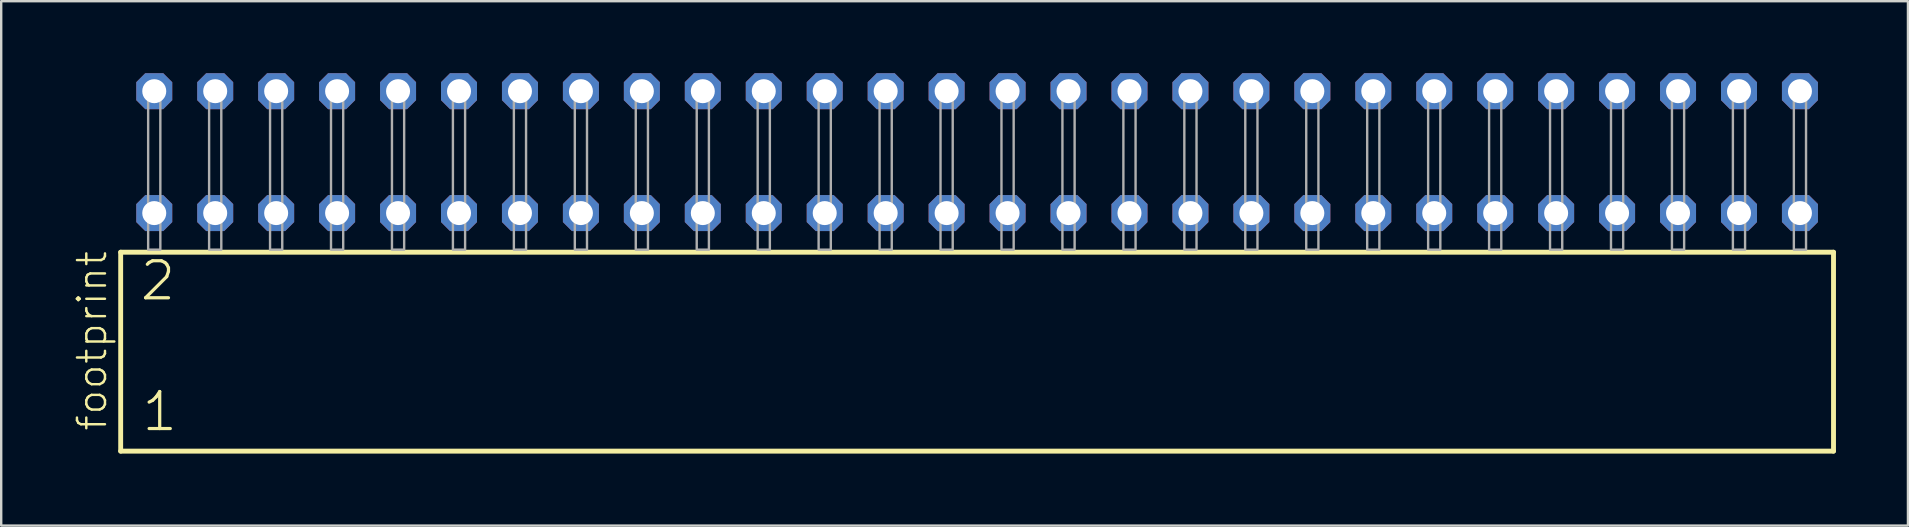
<source format=kicad_pcb>
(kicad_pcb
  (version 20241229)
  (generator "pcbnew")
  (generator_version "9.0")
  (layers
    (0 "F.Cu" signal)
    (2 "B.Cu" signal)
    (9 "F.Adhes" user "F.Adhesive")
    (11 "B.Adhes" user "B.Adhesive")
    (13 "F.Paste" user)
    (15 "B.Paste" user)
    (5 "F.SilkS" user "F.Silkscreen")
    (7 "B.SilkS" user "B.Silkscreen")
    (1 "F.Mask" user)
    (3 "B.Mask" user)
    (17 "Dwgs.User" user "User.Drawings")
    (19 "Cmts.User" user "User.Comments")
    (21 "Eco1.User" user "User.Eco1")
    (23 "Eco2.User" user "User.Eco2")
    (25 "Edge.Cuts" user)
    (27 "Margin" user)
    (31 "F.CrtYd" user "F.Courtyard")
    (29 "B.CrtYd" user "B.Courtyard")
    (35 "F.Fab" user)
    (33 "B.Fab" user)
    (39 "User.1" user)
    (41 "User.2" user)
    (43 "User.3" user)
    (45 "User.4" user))
  (footprint "footprint"
    (layer "F.Cu")
    (at 37.668 7.354)
    (property "Reference" "footprint" (at -36.195 7.62 90) (layer "F.SilkS") (effects (font (size 1.168 1.168) (thickness 0.102)) (justify left bottom)))
    (fp_line (start -35.689 0.106) (end -35.689 8.396) (stroke (width 0.203) (type solid)) (layer "F.SilkS"))
    (fp_line (start -35.689 8.396) (end 35.689 8.396) (stroke (width 0.203) (type solid)) (layer "F.SilkS"))
    (fp_line (start 35.689 0.106) (end -35.689 0.106) (stroke (width 0.203) (type solid)) (layer "F.SilkS"))
    (fp_line (start 35.689 8.396) (end 35.689 0.106) (stroke (width 0.203) (type solid)) (layer "F.SilkS"))
    (fp_poly (pts (xy -34.544 0) (xy -34.036 0) (xy -34.036 -6.858) (xy -34.544 -6.858)) (stroke (width 0.1) (type solid)) (fill no) (layer "F.Fab"))
    (fp_poly (pts (xy -32.004 0) (xy -31.496 0) (xy -31.496 -6.858) (xy -32.004 -6.858)) (stroke (width 0.1) (type solid)) (fill no) (layer "F.Fab"))
    (fp_poly (pts (xy -29.464 0) (xy -28.956 0) (xy -28.956 -6.858) (xy -29.464 -6.858)) (stroke (width 0.1) (type solid)) (fill no) (layer "F.Fab"))
    (fp_poly (pts (xy -26.924 0) (xy -26.416 0) (xy -26.416 -6.858) (xy -26.924 -6.858)) (stroke (width 0.1) (type solid)) (fill no) (layer "F.Fab"))
    (fp_poly (pts (xy -24.384 0) (xy -23.876 0) (xy -23.876 -6.858) (xy -24.384 -6.858)) (stroke (width 0.1) (type solid)) (fill no) (layer "F.Fab"))
    (fp_poly (pts (xy -21.844 0) (xy -21.336 0) (xy -21.336 -6.858) (xy -21.844 -6.858)) (stroke (width 0.1) (type solid)) (fill no) (layer "F.Fab"))
    (fp_poly (pts (xy -19.304 0) (xy -18.796 0) (xy -18.796 -6.858) (xy -19.304 -6.858)) (stroke (width 0.1) (type solid)) (fill no) (layer "F.Fab"))
    (fp_poly (pts (xy -16.764 0) (xy -16.256 0) (xy -16.256 -6.858) (xy -16.764 -6.858)) (stroke (width 0.1) (type solid)) (fill no) (layer "F.Fab"))
    (fp_poly (pts (xy -14.224 0) (xy -13.716 0) (xy -13.716 -6.858) (xy -14.224 -6.858)) (stroke (width 0.1) (type solid)) (fill no) (layer "F.Fab"))
    (fp_poly (pts (xy -11.684 0) (xy -11.176 0) (xy -11.176 -6.858) (xy -11.684 -6.858)) (stroke (width 0.1) (type solid)) (fill no) (layer "F.Fab"))
    (fp_poly (pts (xy -9.144 0) (xy -8.636 0) (xy -8.636 -6.858) (xy -9.144 -6.858)) (stroke (width 0.1) (type solid)) (fill no) (layer "F.Fab"))
    (fp_poly (pts (xy -6.604 0) (xy -6.096 0) (xy -6.096 -6.858) (xy -6.604 -6.858)) (stroke (width 0.1) (type solid)) (fill no) (layer "F.Fab"))
    (fp_poly (pts (xy -4.064 0) (xy -3.556 0) (xy -3.556 -6.858) (xy -4.064 -6.858)) (stroke (width 0.1) (type solid)) (fill no) (layer "F.Fab"))
    (fp_poly (pts (xy -1.524 0) (xy -1.016 0) (xy -1.016 -6.858) (xy -1.524 -6.858)) (stroke (width 0.1) (type solid)) (fill no) (layer "F.Fab"))
    (fp_poly (pts (xy 1.016 0) (xy 1.524 0) (xy 1.524 -6.858) (xy 1.016 -6.858)) (stroke (width 0.1) (type solid)) (fill no) (layer "F.Fab"))
    (fp_poly (pts (xy 3.556 0) (xy 4.064 0) (xy 4.064 -6.858) (xy 3.556 -6.858)) (stroke (width 0.1) (type solid)) (fill no) (layer "F.Fab"))
    (fp_poly (pts (xy 6.096 0) (xy 6.604 0) (xy 6.604 -6.858) (xy 6.096 -6.858)) (stroke (width 0.1) (type solid)) (fill no) (layer "F.Fab"))
    (fp_poly (pts (xy 8.636 0) (xy 9.144 0) (xy 9.144 -6.858) (xy 8.636 -6.858)) (stroke (width 0.1) (type solid)) (fill no) (layer "F.Fab"))
    (fp_poly (pts (xy 11.176 0) (xy 11.684 0) (xy 11.684 -6.858) (xy 11.176 -6.858)) (stroke (width 0.1) (type solid)) (fill no) (layer "F.Fab"))
    (fp_poly (pts (xy 13.716 0) (xy 14.224 0) (xy 14.224 -6.858) (xy 13.716 -6.858)) (stroke (width 0.1) (type solid)) (fill no) (layer "F.Fab"))
    (fp_poly (pts (xy 16.256 0) (xy 16.764 0) (xy 16.764 -6.858) (xy 16.256 -6.858)) (stroke (width 0.1) (type solid)) (fill no) (layer "F.Fab"))
    (fp_poly (pts (xy 18.796 0) (xy 19.304 0) (xy 19.304 -6.858) (xy 18.796 -6.858)) (stroke (width 0.1) (type solid)) (fill no) (layer "F.Fab"))
    (fp_poly (pts (xy 21.336 0) (xy 21.844 0) (xy 21.844 -6.858) (xy 21.336 -6.858)) (stroke (width 0.1) (type solid)) (fill no) (layer "F.Fab"))
    (fp_poly (pts (xy 23.876 0) (xy 24.384 0) (xy 24.384 -6.858) (xy 23.876 -6.858)) (stroke (width 0.1) (type solid)) (fill no) (layer "F.Fab"))
    (fp_poly (pts (xy 26.416 0) (xy 26.924 0) (xy 26.924 -6.858) (xy 26.416 -6.858)) (stroke (width 0.1) (type solid)) (fill no) (layer "F.Fab"))
    (fp_poly (pts (xy 28.956 0) (xy 29.464 0) (xy 29.464 -6.858) (xy 28.956 -6.858)) (stroke (width 0.1) (type solid)) (fill no) (layer "F.Fab"))
    (fp_poly (pts (xy 31.496 0) (xy 32.004 0) (xy 32.004 -6.858) (xy 31.496 -6.858)) (stroke (width 0.1) (type solid)) (fill no) (layer "F.Fab"))
    (fp_poly (pts (xy 34.036 0) (xy 34.544 0) (xy 34.544 -6.858) (xy 34.036 -6.858)) (stroke (width 0.1) (type solid)) (fill no) (layer "F.Fab"))
    (fp_text user "1" (at -34.885 7.65 0) (layer "F.SilkS") (effects (font (size 1.542 1.542) (thickness 0.134)) (justify left bottom)))
    (fp_text user "2" (at -34.96 2.2 0) (layer "F.SilkS") (effects (font (size 1.542 1.542) (thickness 0.134)) (justify left bottom)))
    (pad "1" thru_hole roundrect (at -34.29 -1.524) (size 1.5 1.5) (drill 1) (layers "*.Cu" "*.Mask") (roundrect_rratio 0.25) (chamfer_ratio 0.25) (chamfer top_left top_right bottom_left bottom_right))
    (pad "2" thru_hole roundrect (at -34.29 -6.604) (size 1.5 1.5) (drill 1) (layers "*.Cu" "*.Mask") (roundrect_rratio 0.25) (chamfer_ratio 0.25) (chamfer top_left top_right bottom_left bottom_right))
    (pad "3" thru_hole roundrect (at -31.75 -1.524) (size 1.5 1.5) (drill 1) (layers "*.Cu" "*.Mask") (roundrect_rratio 0.25) (chamfer_ratio 0.25) (chamfer top_left top_right bottom_left bottom_right))
    (pad "4" thru_hole roundrect (at -31.75 -6.604) (size 1.5 1.5) (drill 1) (layers "*.Cu" "*.Mask") (roundrect_rratio 0.25) (chamfer_ratio 0.25) (chamfer top_left top_right bottom_left bottom_right))
    (pad "5" thru_hole roundrect (at -29.21 -1.524) (size 1.5 1.5) (drill 1) (layers "*.Cu" "*.Mask") (roundrect_rratio 0.25) (chamfer_ratio 0.25) (chamfer top_left top_right bottom_left bottom_right))
    (pad "6" thru_hole roundrect (at -29.21 -6.604) (size 1.5 1.5) (drill 1) (layers "*.Cu" "*.Mask") (roundrect_rratio 0.25) (chamfer_ratio 0.25) (chamfer top_left top_right bottom_left bottom_right))
    (pad "7" thru_hole roundrect (at -26.67 -1.524) (size 1.5 1.5) (drill 1) (layers "*.Cu" "*.Mask") (roundrect_rratio 0.25) (chamfer_ratio 0.25) (chamfer top_left top_right bottom_left bottom_right))
    (pad "8" thru_hole roundrect (at -26.67 -6.604) (size 1.5 1.5) (drill 1) (layers "*.Cu" "*.Mask") (roundrect_rratio 0.25) (chamfer_ratio 0.25) (chamfer top_left top_right bottom_left bottom_right))
    (pad "9" thru_hole roundrect (at -24.13 -1.524) (size 1.5 1.5) (drill 1) (layers "*.Cu" "*.Mask") (roundrect_rratio 0.25) (chamfer_ratio 0.25) (chamfer top_left top_right bottom_left bottom_right))
    (pad "10" thru_hole roundrect (at -24.13 -6.604) (size 1.5 1.5) (drill 1) (layers "*.Cu" "*.Mask") (roundrect_rratio 0.25) (chamfer_ratio 0.25) (chamfer top_left top_right bottom_left bottom_right))
    (pad "11" thru_hole roundrect (at -21.59 -1.524) (size 1.5 1.5) (drill 1) (layers "*.Cu" "*.Mask") (roundrect_rratio 0.25) (chamfer_ratio 0.25) (chamfer top_left top_right bottom_left bottom_right))
    (pad "12" thru_hole roundrect (at -21.59 -6.604) (size 1.5 1.5) (drill 1) (layers "*.Cu" "*.Mask") (roundrect_rratio 0.25) (chamfer_ratio 0.25) (chamfer top_left top_right bottom_left bottom_right))
    (pad "13" thru_hole roundrect (at -19.05 -1.524) (size 1.5 1.5) (drill 1) (layers "*.Cu" "*.Mask") (roundrect_rratio 0.25) (chamfer_ratio 0.25) (chamfer top_left top_right bottom_left bottom_right))
    (pad "14" thru_hole roundrect (at -19.05 -6.604) (size 1.5 1.5) (drill 1) (layers "*.Cu" "*.Mask") (roundrect_rratio 0.25) (chamfer_ratio 0.25) (chamfer top_left top_right bottom_left bottom_right))
    (pad "15" thru_hole roundrect (at -16.51 -1.524) (size 1.5 1.5) (drill 1) (layers "*.Cu" "*.Mask") (roundrect_rratio 0.25) (chamfer_ratio 0.25) (chamfer top_left top_right bottom_left bottom_right))
    (pad "16" thru_hole roundrect (at -16.51 -6.604) (size 1.5 1.5) (drill 1) (layers "*.Cu" "*.Mask") (roundrect_rratio 0.25) (chamfer_ratio 0.25) (chamfer top_left top_right bottom_left bottom_right))
    (pad "17" thru_hole roundrect (at -13.97 -1.524) (size 1.5 1.5) (drill 1) (layers "*.Cu" "*.Mask") (roundrect_rratio 0.25) (chamfer_ratio 0.25) (chamfer top_left top_right bottom_left bottom_right))
    (pad "18" thru_hole roundrect (at -13.97 -6.604) (size 1.5 1.5) (drill 1) (layers "*.Cu" "*.Mask") (roundrect_rratio 0.25) (chamfer_ratio 0.25) (chamfer top_left top_right bottom_left bottom_right))
    (pad "19" thru_hole roundrect (at -11.43 -1.524) (size 1.5 1.5) (drill 1) (layers "*.Cu" "*.Mask") (roundrect_rratio 0.25) (chamfer_ratio 0.25) (chamfer top_left top_right bottom_left bottom_right))
    (pad "20" thru_hole roundrect (at -11.43 -6.604) (size 1.5 1.5) (drill 1) (layers "*.Cu" "*.Mask") (roundrect_rratio 0.25) (chamfer_ratio 0.25) (chamfer top_left top_right bottom_left bottom_right))
    (pad "21" thru_hole roundrect (at -8.89 -1.524) (size 1.5 1.5) (drill 1) (layers "*.Cu" "*.Mask") (roundrect_rratio 0.25) (chamfer_ratio 0.25) (chamfer top_left top_right bottom_left bottom_right))
    (pad "22" thru_hole roundrect (at -8.89 -6.604) (size 1.5 1.5) (drill 1) (layers "*.Cu" "*.Mask") (roundrect_rratio 0.25) (chamfer_ratio 0.25) (chamfer top_left top_right bottom_left bottom_right))
    (pad "23" thru_hole roundrect (at -6.35 -1.524) (size 1.5 1.5) (drill 1) (layers "*.Cu" "*.Mask") (roundrect_rratio 0.25) (chamfer_ratio 0.25) (chamfer top_left top_right bottom_left bottom_right))
    (pad "24" thru_hole roundrect (at -6.35 -6.604) (size 1.5 1.5) (drill 1) (layers "*.Cu" "*.Mask") (roundrect_rratio 0.25) (chamfer_ratio 0.25) (chamfer top_left top_right bottom_left bottom_right))
    (pad "25" thru_hole roundrect (at -3.81 -1.524) (size 1.5 1.5) (drill 1) (layers "*.Cu" "*.Mask") (roundrect_rratio 0.25) (chamfer_ratio 0.25) (chamfer top_left top_right bottom_left bottom_right))
    (pad "26" thru_hole roundrect (at -3.81 -6.604) (size 1.5 1.5) (drill 1) (layers "*.Cu" "*.Mask") (roundrect_rratio 0.25) (chamfer_ratio 0.25) (chamfer top_left top_right bottom_left bottom_right))
    (pad "27" thru_hole roundrect (at -1.27 -1.524) (size 1.5 1.5) (drill 1) (layers "*.Cu" "*.Mask") (roundrect_rratio 0.25) (chamfer_ratio 0.25) (chamfer top_left top_right bottom_left bottom_right))
    (pad "28" thru_hole roundrect (at -1.27 -6.604) (size 1.5 1.5) (drill 1) (layers "*.Cu" "*.Mask") (roundrect_rratio 0.25) (chamfer_ratio 0.25) (chamfer top_left top_right bottom_left bottom_right))
    (pad "29" thru_hole roundrect (at 1.27 -1.524) (size 1.5 1.5) (drill 1) (layers "*.Cu" "*.Mask") (roundrect_rratio 0.25) (chamfer_ratio 0.25) (chamfer top_left top_right bottom_left bottom_right))
    (pad "30" thru_hole roundrect (at 1.27 -6.604) (size 1.5 1.5) (drill 1) (layers "*.Cu" "*.Mask") (roundrect_rratio 0.25) (chamfer_ratio 0.25) (chamfer top_left top_right bottom_left bottom_right))
    (pad "31" thru_hole roundrect (at 3.81 -1.524) (size 1.5 1.5) (drill 1) (layers "*.Cu" "*.Mask") (roundrect_rratio 0.25) (chamfer_ratio 0.25) (chamfer top_left top_right bottom_left bottom_right))
    (pad "32" thru_hole roundrect (at 3.81 -6.604) (size 1.5 1.5) (drill 1) (layers "*.Cu" "*.Mask") (roundrect_rratio 0.25) (chamfer_ratio 0.25) (chamfer top_left top_right bottom_left bottom_right))
    (pad "33" thru_hole roundrect (at 6.35 -1.524) (size 1.5 1.5) (drill 1) (layers "*.Cu" "*.Mask") (roundrect_rratio 0.25) (chamfer_ratio 0.25) (chamfer top_left top_right bottom_left bottom_right))
    (pad "34" thru_hole roundrect (at 6.35 -6.604) (size 1.5 1.5) (drill 1) (layers "*.Cu" "*.Mask") (roundrect_rratio 0.25) (chamfer_ratio 0.25) (chamfer top_left top_right bottom_left bottom_right))
    (pad "35" thru_hole roundrect (at 8.89 -1.524) (size 1.5 1.5) (drill 1) (layers "*.Cu" "*.Mask") (roundrect_rratio 0.25) (chamfer_ratio 0.25) (chamfer top_left top_right bottom_left bottom_right))
    (pad "36" thru_hole roundrect (at 8.89 -6.604) (size 1.5 1.5) (drill 1) (layers "*.Cu" "*.Mask") (roundrect_rratio 0.25) (chamfer_ratio 0.25) (chamfer top_left top_right bottom_left bottom_right))
    (pad "37" thru_hole roundrect (at 11.43 -1.524) (size 1.5 1.5) (drill 1) (layers "*.Cu" "*.Mask") (roundrect_rratio 0.25) (chamfer_ratio 0.25) (chamfer top_left top_right bottom_left bottom_right))
    (pad "38" thru_hole roundrect (at 11.43 -6.604) (size 1.5 1.5) (drill 1) (layers "*.Cu" "*.Mask") (roundrect_rratio 0.25) (chamfer_ratio 0.25) (chamfer top_left top_right bottom_left bottom_right))
    (pad "39" thru_hole roundrect (at 13.97 -1.524) (size 1.5 1.5) (drill 1) (layers "*.Cu" "*.Mask") (roundrect_rratio 0.25) (chamfer_ratio 0.25) (chamfer top_left top_right bottom_left bottom_right))
    (pad "40" thru_hole roundrect (at 13.97 -6.604) (size 1.5 1.5) (drill 1) (layers "*.Cu" "*.Mask") (roundrect_rratio 0.25) (chamfer_ratio 0.25) (chamfer top_left top_right bottom_left bottom_right))
    (pad "41" thru_hole roundrect (at 16.51 -1.524) (size 1.5 1.5) (drill 1) (layers "*.Cu" "*.Mask") (roundrect_rratio 0.25) (chamfer_ratio 0.25) (chamfer top_left top_right bottom_left bottom_right))
    (pad "42" thru_hole roundrect (at 16.51 -6.604) (size 1.5 1.5) (drill 1) (layers "*.Cu" "*.Mask") (roundrect_rratio 0.25) (chamfer_ratio 0.25) (chamfer top_left top_right bottom_left bottom_right))
    (pad "43" thru_hole roundrect (at 19.05 -1.524) (size 1.5 1.5) (drill 1) (layers "*.Cu" "*.Mask") (roundrect_rratio 0.25) (chamfer_ratio 0.25) (chamfer top_left top_right bottom_left bottom_right))
    (pad "44" thru_hole roundrect (at 19.05 -6.604) (size 1.5 1.5) (drill 1) (layers "*.Cu" "*.Mask") (roundrect_rratio 0.25) (chamfer_ratio 0.25) (chamfer top_left top_right bottom_left bottom_right))
    (pad "45" thru_hole roundrect (at 21.59 -1.524) (size 1.5 1.5) (drill 1) (layers "*.Cu" "*.Mask") (roundrect_rratio 0.25) (chamfer_ratio 0.25) (chamfer top_left top_right bottom_left bottom_right))
    (pad "46" thru_hole roundrect (at 21.59 -6.604) (size 1.5 1.5) (drill 1) (layers "*.Cu" "*.Mask") (roundrect_rratio 0.25) (chamfer_ratio 0.25) (chamfer top_left top_right bottom_left bottom_right))
    (pad "47" thru_hole roundrect (at 24.13 -1.524) (size 1.5 1.5) (drill 1) (layers "*.Cu" "*.Mask") (roundrect_rratio 0.25) (chamfer_ratio 0.25) (chamfer top_left top_right bottom_left bottom_right))
    (pad "48" thru_hole roundrect (at 24.13 -6.604) (size 1.5 1.5) (drill 1) (layers "*.Cu" "*.Mask") (roundrect_rratio 0.25) (chamfer_ratio 0.25) (chamfer top_left top_right bottom_left bottom_right))
    (pad "49" thru_hole roundrect (at 26.67 -1.524) (size 1.5 1.5) (drill 1) (layers "*.Cu" "*.Mask") (roundrect_rratio 0.25) (chamfer_ratio 0.25) (chamfer top_left top_right bottom_left bottom_right))
    (pad "50" thru_hole roundrect (at 26.67 -6.604) (size 1.5 1.5) (drill 1) (layers "*.Cu" "*.Mask") (roundrect_rratio 0.25) (chamfer_ratio 0.25) (chamfer top_left top_right bottom_left bottom_right))
    (pad "51" thru_hole roundrect (at 29.21 -1.524) (size 1.5 1.5) (drill 1) (layers "*.Cu" "*.Mask") (roundrect_rratio 0.25) (chamfer_ratio 0.25) (chamfer top_left top_right bottom_left bottom_right))
    (pad "52" thru_hole roundrect (at 29.21 -6.604) (size 1.5 1.5) (drill 1) (layers "*.Cu" "*.Mask") (roundrect_rratio 0.25) (chamfer_ratio 0.25) (chamfer top_left top_right bottom_left bottom_right))
    (pad "53" thru_hole roundrect (at 31.75 -1.524) (size 1.5 1.5) (drill 1) (layers "*.Cu" "*.Mask") (roundrect_rratio 0.25) (chamfer_ratio 0.25) (chamfer top_left top_right bottom_left bottom_right))
    (pad "54" thru_hole roundrect (at 31.75 -6.604) (size 1.5 1.5) (drill 1) (layers "*.Cu" "*.Mask") (roundrect_rratio 0.25) (chamfer_ratio 0.25) (chamfer top_left top_right bottom_left bottom_right))
    (pad "55" thru_hole roundrect (at 34.29 -1.524) (size 1.5 1.5) (drill 1) (layers "*.Cu" "*.Mask") (roundrect_rratio 0.25) (chamfer_ratio 0.25) (chamfer top_left top_right bottom_left bottom_right))
    (pad "56" thru_hole roundrect (at 34.29 -6.604) (size 1.5 1.5) (drill 1) (layers "*.Cu" "*.Mask") (roundrect_rratio 0.25) (chamfer_ratio 0.25) (chamfer top_left top_right bottom_left bottom_right)))
  (gr_rect
    (start -3 -3)
    (end 76.459 18.852)
    (stroke (width 0.1) (type default))
    (fill no)
    (layer "Edge.Cuts")))
</source>
